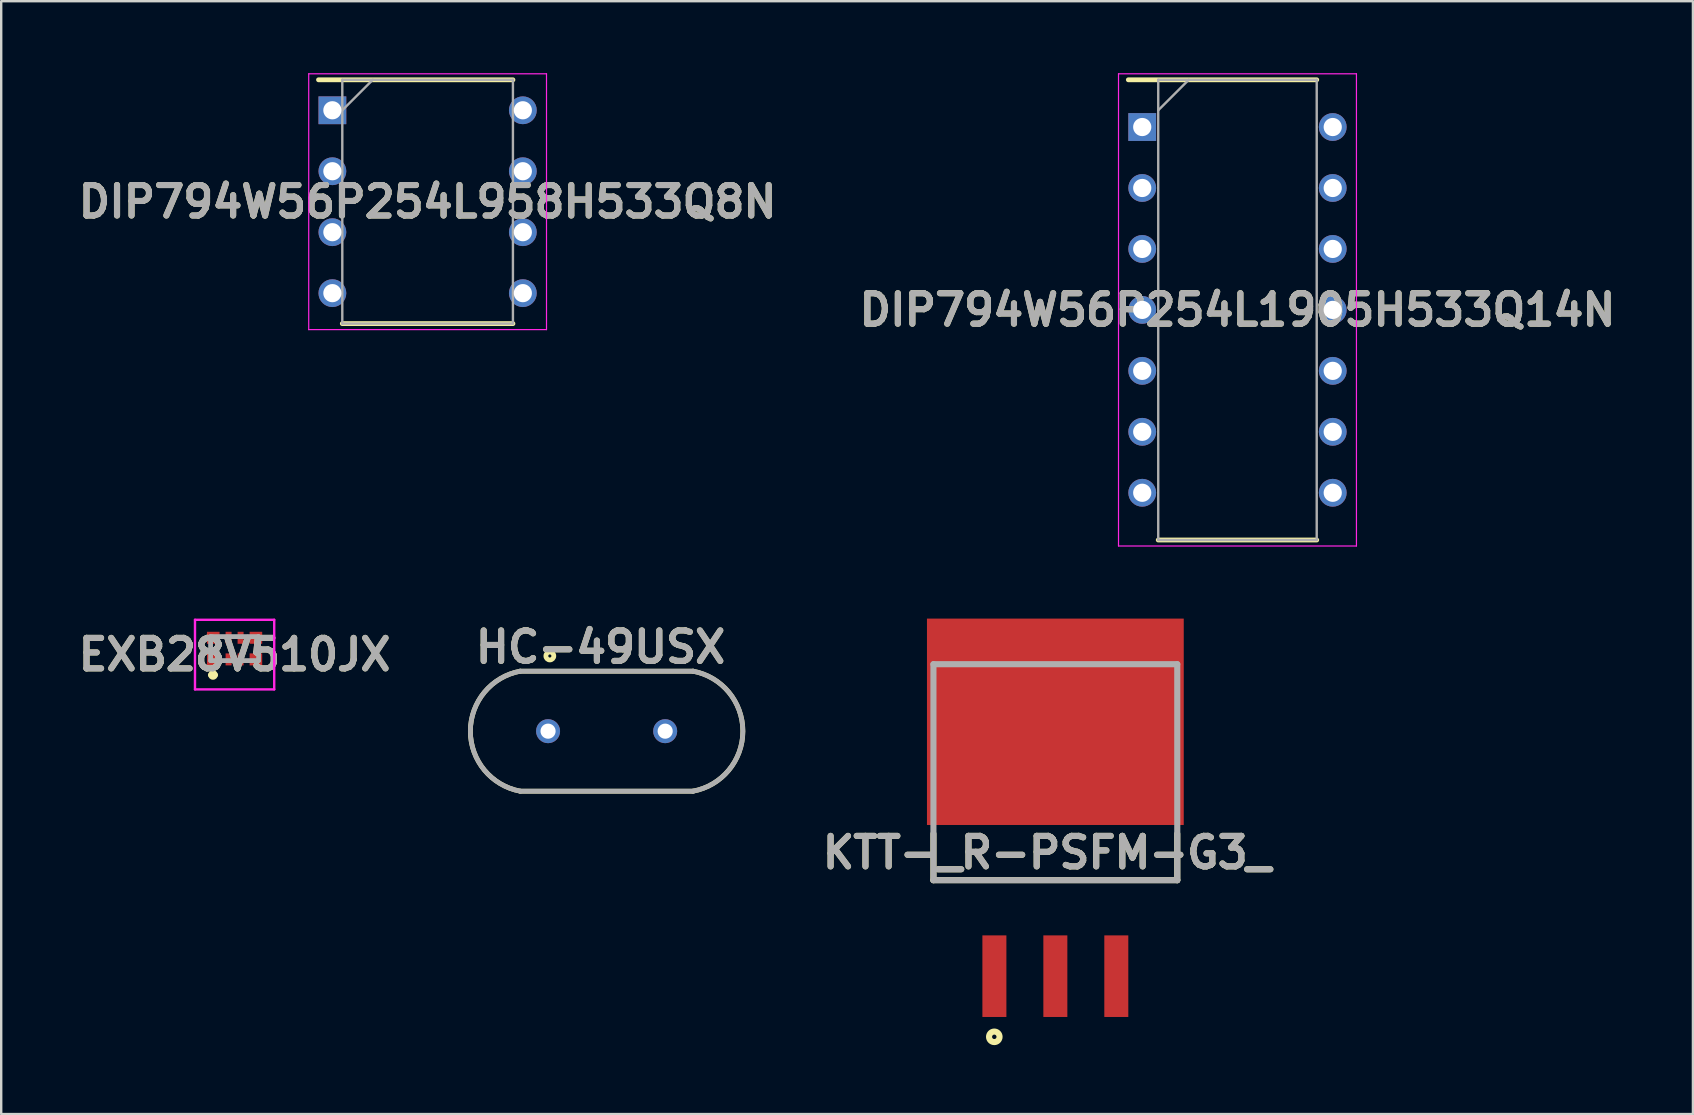
<source format=kicad_pcb>
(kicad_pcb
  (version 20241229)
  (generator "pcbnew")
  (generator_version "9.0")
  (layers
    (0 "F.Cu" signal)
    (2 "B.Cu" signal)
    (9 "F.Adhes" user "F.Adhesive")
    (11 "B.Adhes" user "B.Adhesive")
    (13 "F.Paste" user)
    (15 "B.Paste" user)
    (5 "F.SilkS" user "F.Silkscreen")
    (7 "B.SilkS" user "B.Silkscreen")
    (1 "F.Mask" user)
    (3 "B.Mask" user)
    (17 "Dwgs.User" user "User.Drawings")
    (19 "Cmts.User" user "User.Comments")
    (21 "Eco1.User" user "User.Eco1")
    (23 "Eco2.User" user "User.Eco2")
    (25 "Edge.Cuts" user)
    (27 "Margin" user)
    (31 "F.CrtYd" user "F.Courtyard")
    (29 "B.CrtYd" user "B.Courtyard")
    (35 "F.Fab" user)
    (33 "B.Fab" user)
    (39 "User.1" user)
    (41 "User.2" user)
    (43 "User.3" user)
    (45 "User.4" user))
  (footprint "EXB28V510JX"
    (layer "F.Cu")
    (at 6.725 23.976)
    (property "Reference" "EXB28V510JX" (at 0 0.25 0) (layer "F.SilkS") (effects (font (size 1.27 1.27) (thickness 0.254))))
    (attr smd)
    (fp_line (start -1 -0.1) (end -1 0.1) (stroke (width 0.1) (type solid)) (layer "F.SilkS"))
    (fp_line (start -1 1.1) (end -1 1.1) (stroke (width 0.2) (type solid)) (layer "F.SilkS"))
    (fp_line (start -0.8 1.1) (end -0.8 1.1) (stroke (width 0.2) (type solid)) (layer "F.SilkS"))
    (fp_line (start 1 -0.1) (end 1 0.1) (stroke (width 0.1) (type solid)) (layer "F.SilkS"))
    (fp_arc (start -1 1.1) (mid -0.9 1) (end -0.8 1.1) (stroke (width 0.2) (type solid)) (layer "F.SilkS"))
    (fp_arc (start -0.8 1.1) (mid -0.9 1.2) (end -1 1.1) (stroke (width 0.2) (type solid)) (layer "F.SilkS"))
    (fp_line (start -1.65 -1.2) (end 1.651 -1.2) (stroke (width 0.1) (type solid)) (layer "F.CrtYd"))
    (fp_line (start -1.65 1.7) (end -1.65 -1.2) (stroke (width 0.1) (type solid)) (layer "F.CrtYd"))
    (fp_line (start 1.651 -1.2) (end 1.651 1.7) (stroke (width 0.1) (type solid)) (layer "F.CrtYd"))
    (fp_line (start 1.651 1.7) (end -1.65 1.7) (stroke (width 0.1) (type solid)) (layer "F.CrtYd"))
    (fp_line (start -1 -0.5) (end 1 -0.5) (stroke (width 0.2) (type solid)) (layer "F.Fab"))
    (fp_line (start -1 0.5) (end -1 -0.5) (stroke (width 0.2) (type solid)) (layer "F.Fab"))
    (fp_line (start 1 -0.5) (end 1 0.5) (stroke (width 0.2) (type solid)) (layer "F.Fab"))
    (fp_line (start 1 0.5) (end -1 0.5) (stroke (width 0.2) (type solid)) (layer "F.Fab"))
    (fp_text user "${REFERENCE}" (at 0 0.25 0) (layer "F.Fab") (effects (font (size 1.27 1.27) (thickness 0.254))))
    (pad "1" smd rect (at -0.888 0.45 90) (size 0.5 0.525) (layers "F.Cu" "F.Mask" "F.Paste"))
    (pad "2" smd rect (at -0.25 0.45) (size 0.25 0.5) (layers "F.Cu" "F.Mask" "F.Paste"))
    (pad "3" smd rect (at 0.25 0.45) (size 0.25 0.5) (layers "F.Cu" "F.Mask" "F.Paste"))
    (pad "4" smd rect (at 0.888 0.45 90) (size 0.5 0.525) (layers "F.Cu" "F.Mask" "F.Paste"))
    (pad "5" smd rect (at 0.888 -0.45 90) (size 0.5 0.525) (layers "F.Cu" "F.Mask" "F.Paste"))
    (pad "6" smd rect (at 0.25 -0.45) (size 0.25 0.5) (layers "F.Cu" "F.Mask" "F.Paste"))
    (pad "7" smd rect (at -0.25 -0.45) (size 0.25 0.5) (layers "F.Cu" "F.Mask" "F.Paste"))
    (pad "8" smd rect (at -0.888 -0.45 90) (size 0.5 0.525) (layers "F.Cu" "F.Mask" "F.Paste")))
  (footprint "HC-49USX"
    (layer "F.Cu")
    (at 22.227 27.417)
    (property "Reference" "HC-49USX" (at -0.254 -3.502 0) (layer "F.SilkS") (effects (font (size 1.27 1.27) (thickness 0.254))))
    (attr through_hole)
    (fp_line (start -3.6 -2.5) (end 3.6 -2.5) (stroke (width 0.2) (type solid)) (layer "F.SilkS"))
    (fp_line (start 3.6 2.5) (end -3.6 2.5) (stroke (width 0.2) (type solid)) (layer "F.SilkS"))
    (fp_arc (start -3.598878 2.500209) (mid -5.676909 0.000571) (end -3.6 -2.5) (stroke (width 0.2) (type solid)) (layer "F.SilkS"))
    (fp_arc (start 3.6 -2.5) (mid 5.676909 0.000571) (end 3.598878 2.500209) (stroke (width 0.2) (type solid)) (layer "F.SilkS"))
    (fp_circle (center -2.366 -3.133) (end -2.366 -3.068) (stroke (width 0.2) (type solid)) (fill no) (layer "F.SilkS"))
    (fp_line (start -3.6 -2.5) (end 3.6 -2.5) (stroke (width 0.2) (type solid)) (layer "F.Fab"))
    (fp_line (start 3.6 2.5) (end -3.6 2.5) (stroke (width 0.2) (type solid)) (layer "F.Fab"))
    (fp_arc (start -3.6 2.5) (mid -5.676909 -0.000571) (end -3.598878 -2.500209) (stroke (width 0.2) (type solid)) (layer "F.Fab"))
    (fp_arc (start 3.6 -2.5) (mid 5.676909 0.000571) (end 3.598878 2.500209) (stroke (width 0.2) (type solid)) (layer "F.Fab"))
    (fp_text user "${REFERENCE}" (at -0.254 -3.502 0) (layer "F.Fab") (effects (font (size 1.27 1.27) (thickness 0.254))))
    (pad "1" thru_hole circle (at -2.44 0) (size 1 1) (drill 0.63) (layers "*.Cu" "*.Mask"))
    (pad "2" thru_hole circle (at 2.44 0) (size 1 1) (drill 0.63) (layers "*.Cu" "*.Mask")))
  (footprint "DIP794W56P254L958H533Q8N"
    (layer "F.Cu")
    (at 14.768 5.355)
    (property "Reference" "DIP794W56P254L958H533Q8N" (at 0 0 0) (layer "F.SilkS") (effects (font (size 1.27 1.27) (thickness 0.254))))
    (attr through_hole)
    (fp_line (start -4.546 -5.08) (end 3.555 -5.08) (stroke (width 0.2) (type solid)) (layer "F.SilkS"))
    (fp_line (start -3.555 5.08) (end 3.555 5.08) (stroke (width 0.2) (type solid)) (layer "F.SilkS"))
    (fp_line (start -4.954 -5.33) (end 4.954 -5.33) (stroke (width 0.05) (type solid)) (layer "F.CrtYd"))
    (fp_line (start -4.954 5.33) (end -4.954 -5.33) (stroke (width 0.05) (type solid)) (layer "F.CrtYd"))
    (fp_line (start 4.954 -5.33) (end 4.954 5.33) (stroke (width 0.05) (type solid)) (layer "F.CrtYd"))
    (fp_line (start 4.954 5.33) (end -4.954 5.33) (stroke (width 0.05) (type solid)) (layer "F.CrtYd"))
    (fp_line (start -3.555 -5.08) (end 3.555 -5.08) (stroke (width 0.1) (type solid)) (layer "F.Fab"))
    (fp_line (start -3.555 -3.81) (end -2.285 -5.08) (stroke (width 0.1) (type solid)) (layer "F.Fab"))
    (fp_line (start -3.555 5.08) (end -3.555 -5.08) (stroke (width 0.1) (type solid)) (layer "F.Fab"))
    (fp_line (start 3.555 -5.08) (end 3.555 5.08) (stroke (width 0.1) (type solid)) (layer "F.Fab"))
    (fp_line (start 3.555 5.08) (end -3.555 5.08) (stroke (width 0.1) (type solid)) (layer "F.Fab"))
    (fp_text user "${REFERENCE}" (at 0 0 0) (layer "F.Fab") (effects (font (size 1.27 1.27) (thickness 0.254))))
    (pad "1" thru_hole rect (at -3.968 -3.81) (size 1.158 1.158) (drill 0.758) (layers "*.Cu" "*.Mask"))
    (pad "2" thru_hole circle (at -3.968 -1.27) (size 1.158 1.158) (drill 0.758) (layers "*.Cu" "*.Mask"))
    (pad "3" thru_hole circle (at -3.968 1.27) (size 1.158 1.158) (drill 0.758) (layers "*.Cu" "*.Mask"))
    (pad "4" thru_hole circle (at -3.968 3.81) (size 1.158 1.158) (drill 0.758) (layers "*.Cu" "*.Mask"))
    (pad "5" thru_hole circle (at 3.968 3.81) (size 1.158 1.158) (drill 0.758) (layers "*.Cu" "*.Mask"))
    (pad "6" thru_hole circle (at 3.968 1.27) (size 1.158 1.158) (drill 0.758) (layers "*.Cu" "*.Mask"))
    (pad "7" thru_hole circle (at 3.968 -1.27) (size 1.158 1.158) (drill 0.758) (layers "*.Cu" "*.Mask"))
    (pad "8" thru_hole circle (at 3.968 -3.81) (size 1.158 1.158) (drill 0.758) (layers "*.Cu" "*.Mask")))
  (footprint "DIP794W56P254L1905H533Q14N"
    (layer "F.Cu")
    (at 48.514 9.863)
    (property "Reference" "DIP794W56P254L1905H533Q14N" (at 0 0 0) (layer "F.SilkS") (effects (font (size 1.27 1.27) (thickness 0.254))))
    (attr through_hole)
    (fp_line (start -4.548 -9.588) (end 3.302 -9.588) (stroke (width 0.2) (type solid)) (layer "F.SilkS"))
    (fp_line (start -3.302 9.588) (end 3.302 9.588) (stroke (width 0.2) (type solid)) (layer "F.SilkS"))
    (fp_line (start -4.957 -9.838) (end 4.957 -9.838) (stroke (width 0.05) (type solid)) (layer "F.CrtYd"))
    (fp_line (start -4.957 9.838) (end -4.957 -9.838) (stroke (width 0.05) (type solid)) (layer "F.CrtYd"))
    (fp_line (start 4.957 -9.838) (end 4.957 9.838) (stroke (width 0.05) (type solid)) (layer "F.CrtYd"))
    (fp_line (start 4.957 9.838) (end -4.957 9.838) (stroke (width 0.05) (type solid)) (layer "F.CrtYd"))
    (fp_line (start -3.302 -9.588) (end 3.302 -9.588) (stroke (width 0.1) (type solid)) (layer "F.Fab"))
    (fp_line (start -3.302 -8.318) (end -2.032 -9.588) (stroke (width 0.1) (type solid)) (layer "F.Fab"))
    (fp_line (start -3.302 9.588) (end -3.302 -9.588) (stroke (width 0.1) (type solid)) (layer "F.Fab"))
    (fp_line (start 3.302 -9.588) (end 3.302 9.588) (stroke (width 0.1) (type solid)) (layer "F.Fab"))
    (fp_line (start 3.302 9.588) (end -3.302 9.588) (stroke (width 0.1) (type solid)) (layer "F.Fab"))
    (fp_text user "${REFERENCE}" (at 0 0 0) (layer "F.Fab") (effects (font (size 1.27 1.27) (thickness 0.254))))
    (pad "1" thru_hole rect (at -3.969 -7.62) (size 1.159 1.159) (drill 0.759) (layers "*.Cu" "*.Mask"))
    (pad "2" thru_hole circle (at -3.969 -5.08) (size 1.159 1.159) (drill 0.759) (layers "*.Cu" "*.Mask"))
    (pad "3" thru_hole circle (at -3.969 -2.54) (size 1.159 1.159) (drill 0.759) (layers "*.Cu" "*.Mask"))
    (pad "4" thru_hole circle (at -3.969 0) (size 1.159 1.159) (drill 0.759) (layers "*.Cu" "*.Mask"))
    (pad "5" thru_hole circle (at -3.969 2.54) (size 1.159 1.159) (drill 0.759) (layers "*.Cu" "*.Mask"))
    (pad "6" thru_hole circle (at -3.969 5.08) (size 1.159 1.159) (drill 0.759) (layers "*.Cu" "*.Mask"))
    (pad "7" thru_hole circle (at -3.969 7.62) (size 1.159 1.159) (drill 0.759) (layers "*.Cu" "*.Mask"))
    (pad "8" thru_hole circle (at 3.969 7.62) (size 1.159 1.159) (drill 0.759) (layers "*.Cu" "*.Mask"))
    (pad "9" thru_hole circle (at 3.969 5.08) (size 1.159 1.159) (drill 0.759) (layers "*.Cu" "*.Mask"))
    (pad "10" thru_hole circle (at 3.969 2.54) (size 1.159 1.159) (drill 0.759) (layers "*.Cu" "*.Mask"))
    (pad "11" thru_hole circle (at 3.969 0) (size 1.159 1.159) (drill 0.759) (layers "*.Cu" "*.Mask"))
    (pad "12" thru_hole circle (at 3.969 -2.54) (size 1.159 1.159) (drill 0.759) (layers "*.Cu" "*.Mask"))
    (pad "13" thru_hole circle (at 3.969 -5.08) (size 1.159 1.159) (drill 0.759) (layers "*.Cu" "*.Mask"))
    (pad "14" thru_hole circle (at 3.969 -7.62) (size 1.159 1.159) (drill 0.759) (layers "*.Cu" "*.Mask")))
  (footprint "KTT-_R-PSFM-G3_"
    (layer "F.Cu")
    (at 40.925 24.626)
    (property "Reference" "KTT-_R-PSFM-G3_" (at -0.354 7.85 0) (layer "F.SilkS") (effects (font (size 1.27 1.27) (thickness 0.254))))
    (attr smd)
    (fp_line (start -5.08 9) (end -5.08 7.067) (stroke (width 0.254) (type solid)) (layer "F.SilkS"))
    (fp_line (start -5.08 9) (end 5.08 9) (stroke (width 0.254) (type solid)) (layer "F.SilkS"))
    (fp_line (start 5.08 9) (end 5.08 7.067) (stroke (width 0.254) (type solid)) (layer "F.SilkS"))
    (fp_circle (center -2.544 15.527) (end -2.544 15.619) (stroke (width 0.254) (type solid)) (fill no) (layer "F.SilkS"))
    (fp_line (start -5.08 0) (end 5.08 0) (stroke (width 0.254) (type solid)) (layer "F.Fab"))
    (fp_line (start -5.08 9) (end -5.08 0) (stroke (width 0.254) (type solid)) (layer "F.Fab"))
    (fp_line (start 5.08 0) (end 5.08 9) (stroke (width 0.254) (type solid)) (layer "F.Fab"))
    (fp_line (start 5.08 9) (end -5.08 9) (stroke (width 0.254) (type solid)) (layer "F.Fab"))
    (fp_text user "${REFERENCE}" (at -0.354 7.85 0) (layer "F.Fab") (effects (font (size 1.27 1.27) (thickness 0.254))))
    (pad "1" smd rect (at -2.54 13) (size 1 3.4) (layers "F.Cu" "F.Mask" "F.Paste"))
    (pad "2" smd rect (at 0 13) (size 1 3.4) (layers "F.Cu" "F.Mask" "F.Paste"))
    (pad "3" smd rect (at 2.54 13) (size 1 3.4) (layers "F.Cu" "F.Mask" "F.Paste"))
    (pad "4" smd rect (at 0 2.4 90) (size 8.6 10.7) (layers "F.Cu" "F.Mask" "F.Paste")))
  (gr_rect
    (start -3 -3)
    (end 67.492 43.372)
    (stroke (width 0.1) (type default))
    (fill no)
    (layer "Edge.Cuts")))
</source>
